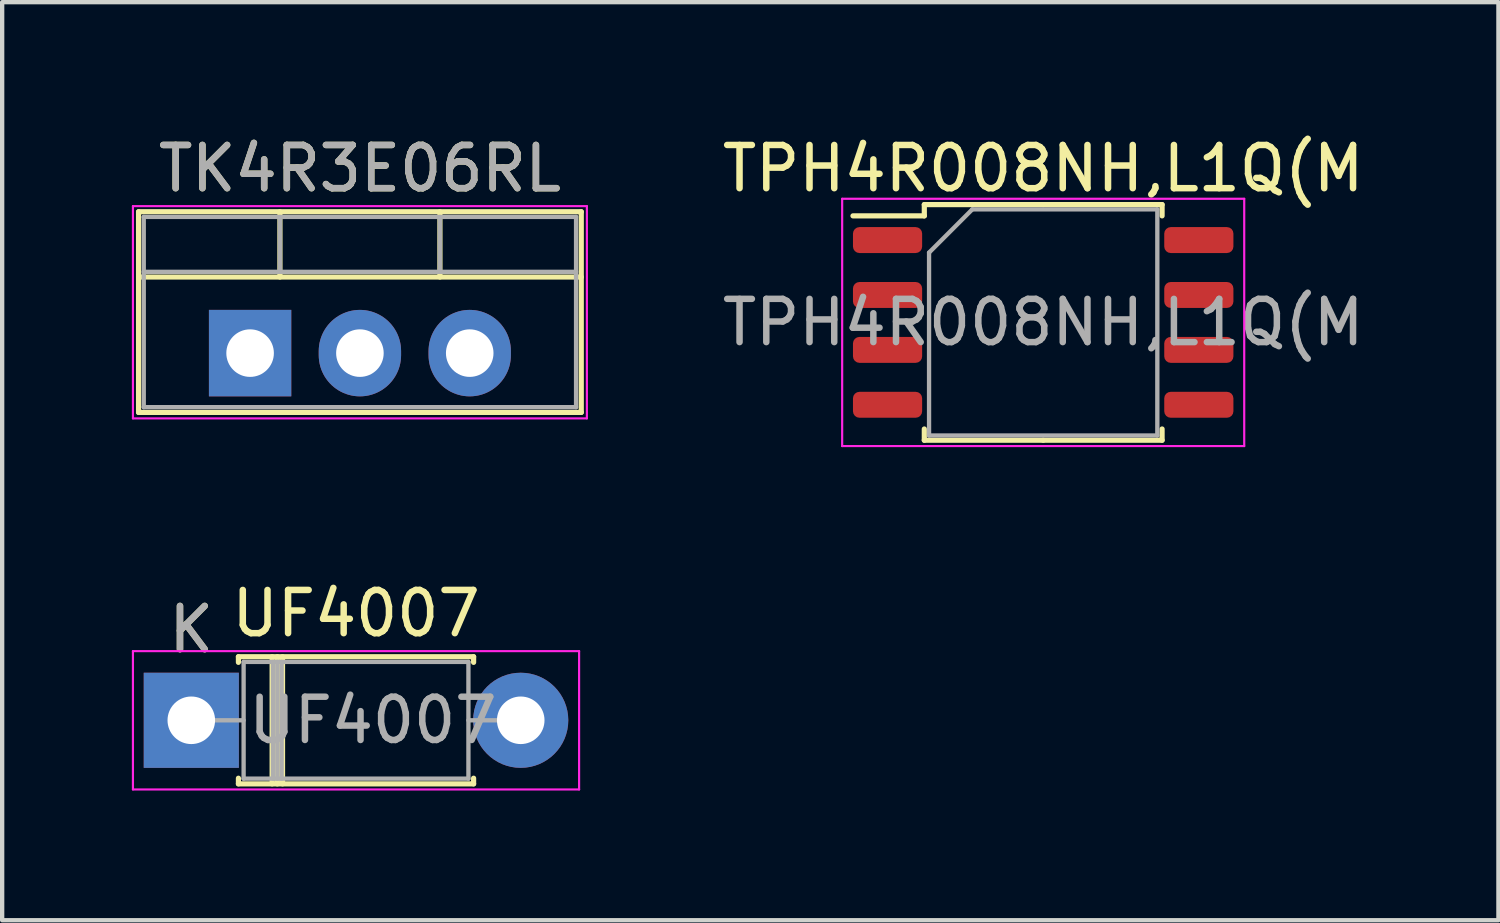
<source format=kicad_pcb>
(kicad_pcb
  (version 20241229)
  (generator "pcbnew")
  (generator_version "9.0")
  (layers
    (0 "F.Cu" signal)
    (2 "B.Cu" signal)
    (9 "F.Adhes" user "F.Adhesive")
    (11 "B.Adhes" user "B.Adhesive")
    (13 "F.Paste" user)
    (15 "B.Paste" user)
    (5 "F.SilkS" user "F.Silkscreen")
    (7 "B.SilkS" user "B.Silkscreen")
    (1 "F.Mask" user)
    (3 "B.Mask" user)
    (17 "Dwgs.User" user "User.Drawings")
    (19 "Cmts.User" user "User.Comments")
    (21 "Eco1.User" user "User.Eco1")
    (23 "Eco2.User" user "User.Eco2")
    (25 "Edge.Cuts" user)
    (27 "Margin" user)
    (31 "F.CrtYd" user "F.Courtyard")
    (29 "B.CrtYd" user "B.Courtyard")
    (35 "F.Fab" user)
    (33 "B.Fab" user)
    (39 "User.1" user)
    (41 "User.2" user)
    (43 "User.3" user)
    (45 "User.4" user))
  (footprint "TK4R3E06RL"
    (layer "F.Cu")
    (at 2.735 5.118)
    (property "Reference" "TK4R3E06RL" (at 2.54 -4.27 0) (layer "F.SilkS") (effects (font (size 1 1) (thickness 0.15))))
    (attr through_hole)
    (fp_line (start -2.58 -3.27) (end -2.58 1.371) (stroke (width 0.12) (type solid)) (layer "F.SilkS"))
    (fp_line (start -2.58 -3.27) (end 7.66 -3.27) (stroke (width 0.12) (type solid)) (layer "F.SilkS"))
    (fp_line (start -2.58 -1.76) (end 7.66 -1.76) (stroke (width 0.12) (type solid)) (layer "F.SilkS"))
    (fp_line (start -2.58 1.371) (end 7.66 1.371) (stroke (width 0.12) (type solid)) (layer "F.SilkS"))
    (fp_line (start 0.69 -3.27) (end 0.69 -1.76) (stroke (width 0.12) (type solid)) (layer "F.SilkS"))
    (fp_line (start 4.391 -3.27) (end 4.391 -1.76) (stroke (width 0.12) (type solid)) (layer "F.SilkS"))
    (fp_line (start 7.66 -3.27) (end 7.66 1.371) (stroke (width 0.12) (type solid)) (layer "F.SilkS"))
    (fp_line (start -2.71 -3.4) (end -2.71 1.51) (stroke (width 0.05) (type solid)) (layer "F.CrtYd"))
    (fp_line (start -2.71 1.51) (end 7.79 1.51) (stroke (width 0.05) (type solid)) (layer "F.CrtYd"))
    (fp_line (start 7.79 -3.4) (end -2.71 -3.4) (stroke (width 0.05) (type solid)) (layer "F.CrtYd"))
    (fp_line (start 7.79 1.51) (end 7.79 -3.4) (stroke (width 0.05) (type solid)) (layer "F.CrtYd"))
    (fp_line (start -2.46 -3.15) (end -2.46 1.25) (stroke (width 0.1) (type solid)) (layer "F.Fab"))
    (fp_line (start -2.46 -1.88) (end 7.54 -1.88) (stroke (width 0.1) (type solid)) (layer "F.Fab"))
    (fp_line (start -2.46 1.25) (end 7.54 1.25) (stroke (width 0.1) (type solid)) (layer "F.Fab"))
    (fp_line (start 0.69 -3.15) (end 0.69 -1.88) (stroke (width 0.1) (type solid)) (layer "F.Fab"))
    (fp_line (start 4.39 -3.15) (end 4.39 -1.88) (stroke (width 0.1) (type solid)) (layer "F.Fab"))
    (fp_line (start 7.54 -3.15) (end -2.46 -3.15) (stroke (width 0.1) (type solid)) (layer "F.Fab"))
    (fp_line (start 7.54 1.25) (end 7.54 -3.15) (stroke (width 0.1) (type solid)) (layer "F.Fab"))
    (fp_text user "${REFERENCE}" (at 2.54 -4.27 0) (layer "F.Fab") (effects (font (size 1 1) (thickness 0.15))))
    (pad "1" thru_hole rect (at 0 0) (size 1.905 2) (drill 1.1) (layers "*.Cu" "*.Mask"))
    (pad "2" thru_hole oval (at 2.54 0) (size 1.905 2) (drill 1.1) (layers "*.Cu" "*.Mask"))
    (pad "3" thru_hole oval (at 5.08 0) (size 1.905 2) (drill 1.1) (layers "*.Cu" "*.Mask")))
  (footprint "UF4007"
    (layer "F.Cu")
    (at 1.375 13.611)
    (property "Reference" "UF4007" (at 3.81 -2.47 0) (layer "F.SilkS") (effects (font (size 1 1) (thickness 0.15))))
    (attr through_hole)
    (fp_line (start 1.09 -1.47) (end 6.53 -1.47) (stroke (width 0.12) (type solid)) (layer "F.SilkS"))
    (fp_line (start 1.09 -1.34) (end 1.09 -1.47) (stroke (width 0.12) (type solid)) (layer "F.SilkS"))
    (fp_line (start 1.09 1.34) (end 1.09 1.47) (stroke (width 0.12) (type solid)) (layer "F.SilkS"))
    (fp_line (start 1.09 1.47) (end 6.53 1.47) (stroke (width 0.12) (type solid)) (layer "F.SilkS"))
    (fp_line (start 1.87 -1.47) (end 1.87 1.47) (stroke (width 0.12) (type solid)) (layer "F.SilkS"))
    (fp_line (start 1.99 -1.47) (end 1.99 1.47) (stroke (width 0.12) (type solid)) (layer "F.SilkS"))
    (fp_line (start 2.11 -1.47) (end 2.11 1.47) (stroke (width 0.12) (type solid)) (layer "F.SilkS"))
    (fp_line (start 6.53 -1.47) (end 6.53 -1.34) (stroke (width 0.12) (type solid)) (layer "F.SilkS"))
    (fp_line (start 6.53 1.47) (end 6.53 1.34) (stroke (width 0.12) (type solid)) (layer "F.SilkS"))
    (fp_line (start -1.35 -1.6) (end -1.35 1.6) (stroke (width 0.05) (type solid)) (layer "F.CrtYd"))
    (fp_line (start -1.35 1.6) (end 8.97 1.6) (stroke (width 0.05) (type solid)) (layer "F.CrtYd"))
    (fp_line (start 8.97 -1.6) (end -1.35 -1.6) (stroke (width 0.05) (type solid)) (layer "F.CrtYd"))
    (fp_line (start 8.97 1.6) (end 8.97 -1.6) (stroke (width 0.05) (type solid)) (layer "F.CrtYd"))
    (fp_line (start 0 0) (end 1.21 0) (stroke (width 0.1) (type solid)) (layer "F.Fab"))
    (fp_line (start 1.21 -1.35) (end 1.21 1.35) (stroke (width 0.1) (type solid)) (layer "F.Fab"))
    (fp_line (start 1.21 1.35) (end 6.41 1.35) (stroke (width 0.1) (type solid)) (layer "F.Fab"))
    (fp_line (start 1.89 -1.35) (end 1.89 1.35) (stroke (width 0.1) (type solid)) (layer "F.Fab"))
    (fp_line (start 1.99 -1.35) (end 1.99 1.35) (stroke (width 0.1) (type solid)) (layer "F.Fab"))
    (fp_line (start 2.09 -1.35) (end 2.09 1.35) (stroke (width 0.1) (type solid)) (layer "F.Fab"))
    (fp_line (start 6.41 -1.35) (end 1.21 -1.35) (stroke (width 0.1) (type solid)) (layer "F.Fab"))
    (fp_line (start 6.41 1.35) (end 6.41 -1.35) (stroke (width 0.1) (type solid)) (layer "F.Fab"))
    (fp_line (start 7.62 0) (end 6.41 0) (stroke (width 0.1) (type solid)) (layer "F.Fab"))
    (fp_text user "K" (at 0 -2.1 0) (layer "F.SilkS") (effects (font (size 1 1) (thickness 0.15))))
    (fp_text user "${REFERENCE}" (at 4.2 0 0) (layer "F.Fab") (effects (font (size 1 1) (thickness 0.15))))
    (fp_text user "K" (at 0 -2.1 0) (layer "F.Fab") (effects (font (size 1 1) (thickness 0.15))))
    (pad "1" thru_hole rect (at 0 0) (size 2.2 2.2) (drill 1.1) (layers "*.Cu" "*.Mask"))
    (pad "2" thru_hole oval (at 7.62 0) (size 2.2 2.2) (drill 1.1) (layers "*.Cu" "*.Mask")))
  (footprint "TPH4R008NH,L1Q(M"
    (layer "F.Cu")
    (at 21.08 4.408)
    (property "Reference" "TPH4R008NH,L1Q(M" (at 0 -3.56 0) (layer "F.SilkS") (effects (font (size 1 1) (thickness 0.15))))
    (attr smd)
    (fp_line (start -2.75 -2.725) (end -2.75 -2.465) (stroke (width 0.12) (type solid)) (layer "F.SilkS"))
    (fp_line (start -2.75 -2.465) (end -4.4 -2.465) (stroke (width 0.12) (type solid)) (layer "F.SilkS"))
    (fp_line (start -2.75 2.725) (end -2.75 2.465) (stroke (width 0.12) (type solid)) (layer "F.SilkS"))
    (fp_line (start 0 -2.725) (end -2.75 -2.725) (stroke (width 0.12) (type solid)) (layer "F.SilkS"))
    (fp_line (start 0 -2.725) (end 2.75 -2.725) (stroke (width 0.12) (type solid)) (layer "F.SilkS"))
    (fp_line (start 0 2.725) (end -2.75 2.725) (stroke (width 0.12) (type solid)) (layer "F.SilkS"))
    (fp_line (start 0 2.725) (end 2.75 2.725) (stroke (width 0.12) (type solid)) (layer "F.SilkS"))
    (fp_line (start 2.75 -2.725) (end 2.75 -2.465) (stroke (width 0.12) (type solid)) (layer "F.SilkS"))
    (fp_line (start 2.75 2.725) (end 2.75 2.465) (stroke (width 0.12) (type solid)) (layer "F.SilkS"))
    (fp_line (start -4.65 -2.86) (end -4.65 2.86) (stroke (width 0.05) (type solid)) (layer "F.CrtYd"))
    (fp_line (start -4.65 2.86) (end 4.65 2.86) (stroke (width 0.05) (type solid)) (layer "F.CrtYd"))
    (fp_line (start 4.65 -2.86) (end -4.65 -2.86) (stroke (width 0.05) (type solid)) (layer "F.CrtYd"))
    (fp_line (start 4.65 2.86) (end 4.65 -2.86) (stroke (width 0.05) (type solid)) (layer "F.CrtYd"))
    (fp_line (start -2.64 -1.615) (end -1.64 -2.615) (stroke (width 0.1) (type solid)) (layer "F.Fab"))
    (fp_line (start -2.64 2.615) (end -2.64 -1.615) (stroke (width 0.1) (type solid)) (layer "F.Fab"))
    (fp_line (start -1.64 -2.615) (end 2.64 -2.615) (stroke (width 0.1) (type solid)) (layer "F.Fab"))
    (fp_line (start 2.64 -2.615) (end 2.64 2.615) (stroke (width 0.1) (type solid)) (layer "F.Fab"))
    (fp_line (start 2.64 2.615) (end -2.64 2.615) (stroke (width 0.1) (type solid)) (layer "F.Fab"))
    (fp_text user "${REFERENCE}" (at 0 0 0) (layer "F.Fab") (effects (font (size 1 1) (thickness 0.15))))
    (pad "1" smd roundrect (at -3.6 -1.905) (size 1.6 0.6) (layers "F.Cu" "F.Mask" "F.Paste") (roundrect_rratio 0.25))
    (pad "1" smd roundrect (at -3.6 -0.635) (size 1.6 0.6) (layers "F.Cu" "F.Mask" "F.Paste") (roundrect_rratio 0.25))
    (pad "1" smd roundrect (at -3.6 0.635) (size 1.6 0.6) (layers "F.Cu" "F.Mask" "F.Paste") (roundrect_rratio 0.25))
    (pad "2" smd roundrect (at -3.6 1.905) (size 1.6 0.6) (layers "F.Cu" "F.Mask" "F.Paste") (roundrect_rratio 0.25))
    (pad "3" smd roundrect (at 3.6 -1.905) (size 1.6 0.6) (layers "F.Cu" "F.Mask" "F.Paste") (roundrect_rratio 0.25))
    (pad "3" smd roundrect (at 3.6 -0.635) (size 1.6 0.6) (layers "F.Cu" "F.Mask" "F.Paste") (roundrect_rratio 0.25))
    (pad "3" smd roundrect (at 3.6 0.635) (size 1.6 0.6) (layers "F.Cu" "F.Mask" "F.Paste") (roundrect_rratio 0.25))
    (pad "3" smd roundrect (at 3.6 1.905) (size 1.6 0.6) (layers "F.Cu" "F.Mask" "F.Paste") (roundrect_rratio 0.25)))
  (gr_rect
    (start -3 -3)
    (end 31.61 18.236)
    (stroke (width 0.1) (type default))
    (fill no)
    (layer "Edge.Cuts")))
</source>
